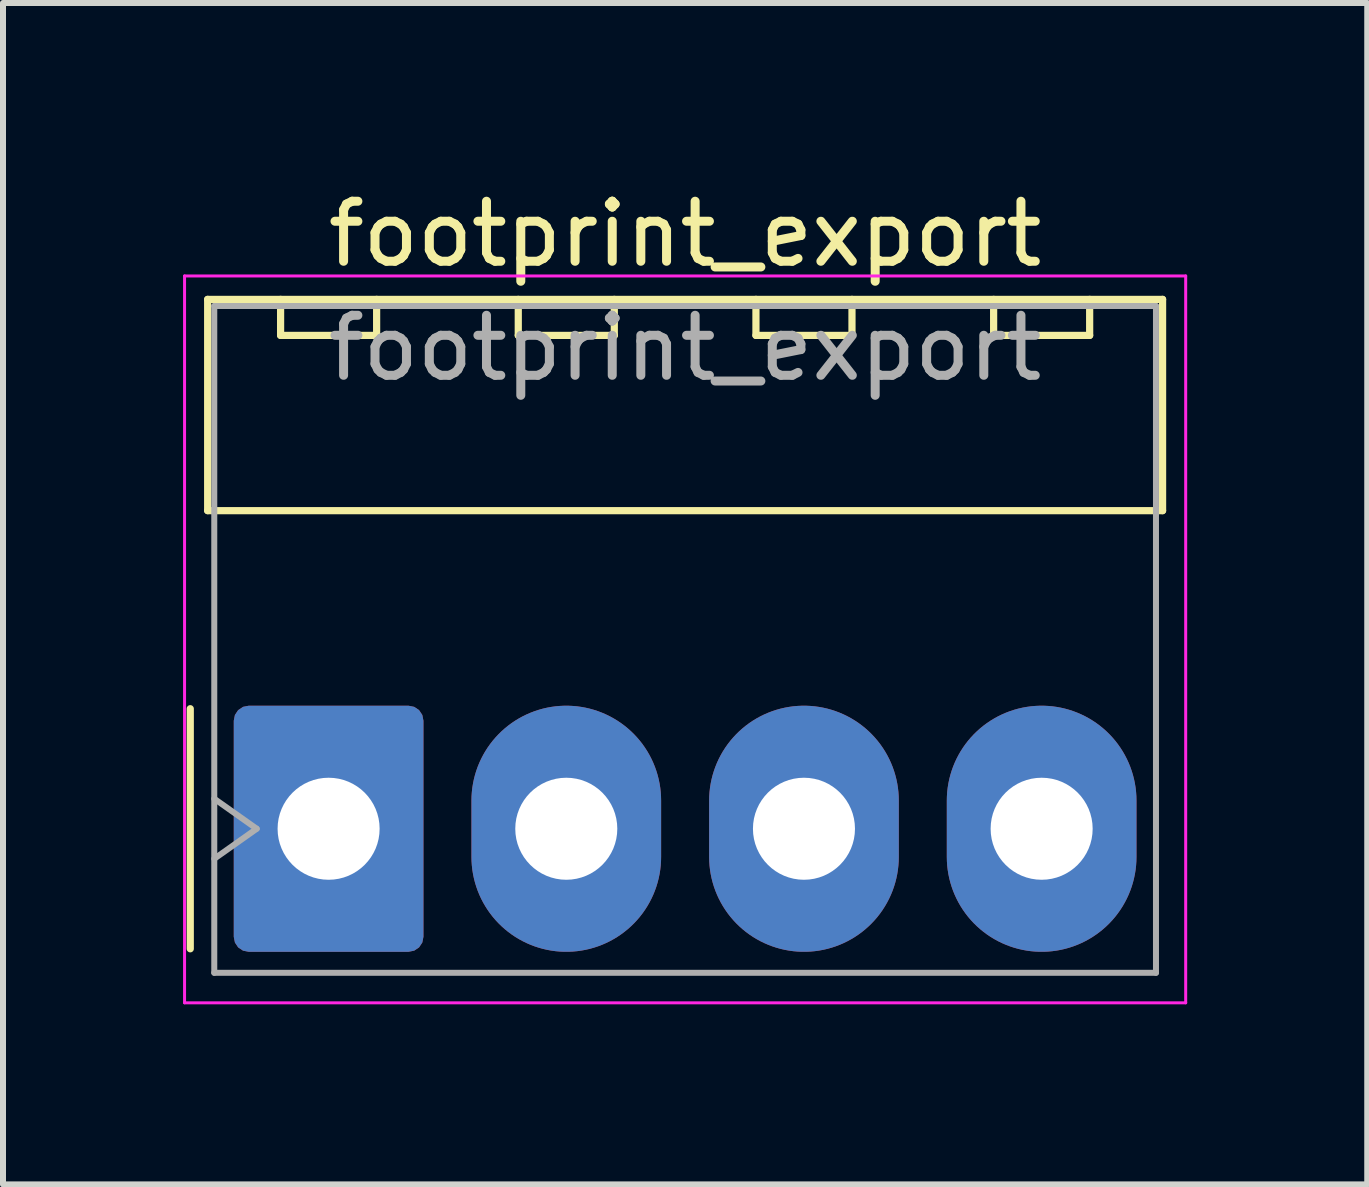
<source format=kicad_pcb>
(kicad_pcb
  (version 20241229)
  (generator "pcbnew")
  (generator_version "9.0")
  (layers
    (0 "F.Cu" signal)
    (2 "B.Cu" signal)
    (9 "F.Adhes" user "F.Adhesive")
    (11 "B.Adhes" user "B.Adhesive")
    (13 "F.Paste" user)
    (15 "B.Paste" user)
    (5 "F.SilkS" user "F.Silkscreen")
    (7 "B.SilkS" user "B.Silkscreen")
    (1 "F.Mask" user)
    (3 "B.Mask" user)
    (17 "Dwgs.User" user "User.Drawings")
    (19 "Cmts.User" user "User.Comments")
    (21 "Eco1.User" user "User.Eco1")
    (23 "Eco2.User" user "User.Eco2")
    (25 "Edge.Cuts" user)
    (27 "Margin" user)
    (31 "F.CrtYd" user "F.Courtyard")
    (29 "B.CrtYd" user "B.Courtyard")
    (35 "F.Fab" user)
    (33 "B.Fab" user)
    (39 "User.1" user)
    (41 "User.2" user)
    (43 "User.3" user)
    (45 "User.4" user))
  (footprint "footprint_export"
    (layer "F.Cu")
    (at 2.425 10.758)
    (property "Reference" "footprint_export" (at 5.94 -9.91 0) (layer "F.SilkS") (effects (font (size 1 1) (thickness 0.15))))
    (attr through_hole)
    (fp_line (start -2.305 -2) (end -2.305 2) (stroke (width 0.12) (type solid)) (layer "F.SilkS"))
    (fp_line (start -2.015 -8.82) (end 13.895 -8.82) (stroke (width 0.12) (type solid)) (layer "F.SilkS"))
    (fp_line (start -2.015 -5.3) (end -2.015 -8.82) (stroke (width 0.12) (type solid)) (layer "F.SilkS"))
    (fp_line (start -0.8 -8.82) (end -0.8 -8.22) (stroke (width 0.12) (type solid)) (layer "F.SilkS"))
    (fp_line (start -0.8 -8.22) (end 0.8 -8.22) (stroke (width 0.12) (type solid)) (layer "F.SilkS"))
    (fp_line (start 0.8 -8.22) (end 0.8 -8.82) (stroke (width 0.12) (type solid)) (layer "F.SilkS"))
    (fp_line (start 3.16 -8.82) (end 3.16 -8.22) (stroke (width 0.12) (type solid)) (layer "F.SilkS"))
    (fp_line (start 3.16 -8.22) (end 4.76 -8.22) (stroke (width 0.12) (type solid)) (layer "F.SilkS"))
    (fp_line (start 4.76 -8.22) (end 4.76 -8.82) (stroke (width 0.12) (type solid)) (layer "F.SilkS"))
    (fp_line (start 7.12 -8.82) (end 7.12 -8.22) (stroke (width 0.12) (type solid)) (layer "F.SilkS"))
    (fp_line (start 7.12 -8.22) (end 8.72 -8.22) (stroke (width 0.12) (type solid)) (layer "F.SilkS"))
    (fp_line (start 8.72 -8.22) (end 8.72 -8.82) (stroke (width 0.12) (type solid)) (layer "F.SilkS"))
    (fp_line (start 11.08 -8.82) (end 11.08 -8.22) (stroke (width 0.12) (type solid)) (layer "F.SilkS"))
    (fp_line (start 11.08 -8.22) (end 12.68 -8.22) (stroke (width 0.12) (type solid)) (layer "F.SilkS"))
    (fp_line (start 12.68 -8.22) (end 12.68 -8.82) (stroke (width 0.12) (type solid)) (layer "F.SilkS"))
    (fp_line (start 13.895 -8.82) (end 13.895 -5.3) (stroke (width 0.12) (type solid)) (layer "F.SilkS"))
    (fp_line (start 13.895 -5.3) (end -2.015 -5.3) (stroke (width 0.12) (type solid)) (layer "F.SilkS"))
    (fp_line (start -2.4 -9.21) (end -2.4 2.9) (stroke (width 0.05) (type solid)) (layer "F.CrtYd"))
    (fp_line (start -2.4 2.9) (end 14.28 2.9) (stroke (width 0.05) (type solid)) (layer "F.CrtYd"))
    (fp_line (start 14.28 -9.21) (end -2.4 -9.21) (stroke (width 0.05) (type solid)) (layer "F.CrtYd"))
    (fp_line (start 14.28 2.9) (end 14.28 -9.21) (stroke (width 0.05) (type solid)) (layer "F.CrtYd"))
    (fp_line (start -1.905 -8.71) (end 13.785 -8.71) (stroke (width 0.1) (type solid)) (layer "F.Fab"))
    (fp_line (start -1.905 -0.5) (end -1.198 0) (stroke (width 0.1) (type solid)) (layer "F.Fab"))
    (fp_line (start -1.905 2.4) (end -1.905 -8.71) (stroke (width 0.1) (type solid)) (layer "F.Fab"))
    (fp_line (start -1.198 0) (end -1.905 0.5) (stroke (width 0.1) (type solid)) (layer "F.Fab"))
    (fp_line (start 13.785 -8.71) (end 13.785 2.4) (stroke (width 0.1) (type solid)) (layer "F.Fab"))
    (fp_line (start 13.785 2.4) (end -1.905 2.4) (stroke (width 0.1) (type solid)) (layer "F.Fab"))
    (fp_text user "${REFERENCE}" (at 5.94 -8.01 0) (layer "F.Fab") (effects (font (size 1 1) (thickness 0.15))))
    (pad "1" thru_hole roundrect (at 0 0) (size 3.16 4.1) (drill 1.7) (layers "*.Cu" "*.Mask") (roundrect_rratio 0.079))
    (pad "2" thru_hole oval (at 3.96 0) (size 3.16 4.1) (drill 1.7) (layers "*.Cu" "*.Mask"))
    (pad "3" thru_hole oval (at 7.92 0) (size 3.16 4.1) (drill 1.7) (layers "*.Cu" "*.Mask"))
    (pad "4" thru_hole oval (at 11.88 0) (size 3.16 4.1) (drill 1.7) (layers "*.Cu" "*.Mask")))
  (gr_rect
    (start -3 -3)
    (end 19.73 16.683)
    (stroke (width 0.1) (type default))
    (fill no)
    (layer "Edge.Cuts")))
</source>
